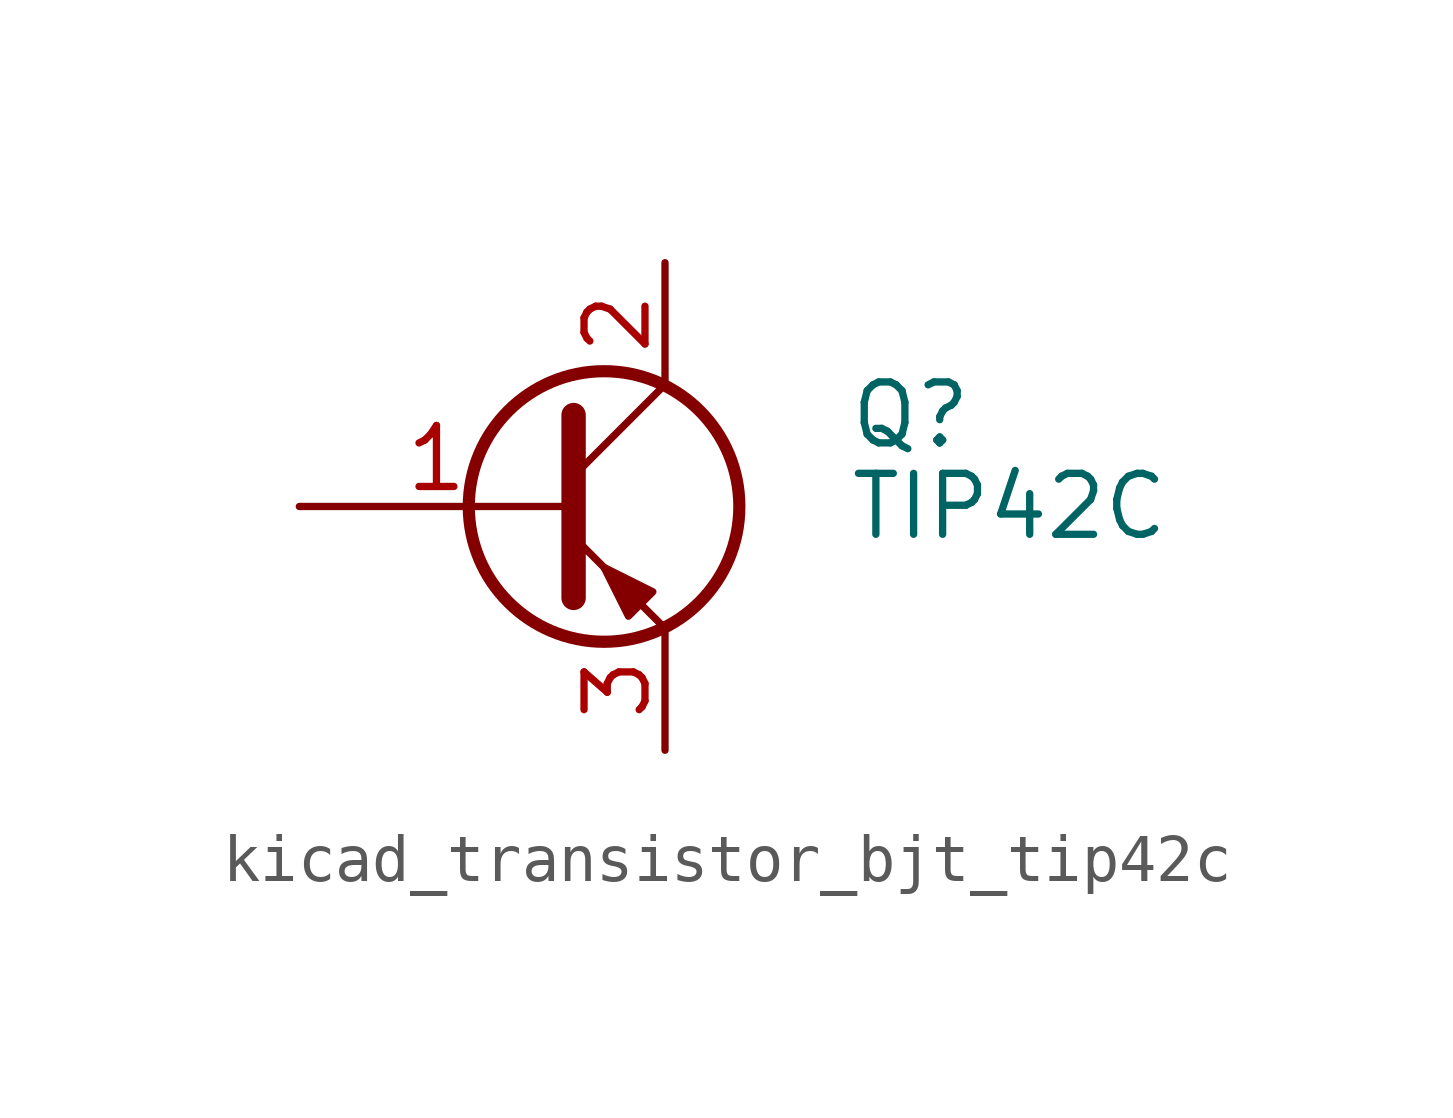
<source format=kicad_sym>
(kicad_symbol_lib
  (version 20220914)
  (generator kicad_symbol_editor)
  (symbol "kicad_transistor_bjt_tip42c"
    (pin_names
      (offset 0) hide)
    (property "Reference" "Q"
      (at 6.35 1.905 0)
      (effects (font (size 1.27 1.27)) (justify left)))
    (property "Value" "TIP42C"
      (at 6.35 0 0)
      (effects (font (size 1.27 1.27)) (justify left)))
    (symbol "kicad_transistor_bjt_tip42c_0_1"
      (polyline (pts (xy 0.635 0.635) (xy 2.54 2.54)) (stroke (width 0) (type default)) (fill (type none)))
      (polyline (pts (xy 0.635 -0.635) (xy 2.54 -2.54) (xy 2.54 -2.54)) (stroke (width 0) (type default)) (fill (type none)))
      (polyline (pts (xy 0.635 1.905) (xy 0.635 -1.905) (xy 0.635 -1.905)) (stroke (width 0.508) (type default)) (fill (type none)))
      (polyline (pts (xy 2.286 -1.778) (xy 1.778 -2.286) (xy 1.27 -1.27) (xy 2.286 -1.778) (xy 2.286 -1.778)) (stroke (width 0) (type default)) (fill (type outline)))
      (circle (center 1.27 0) (radius 2.819) (stroke (width 0.254) (type default)) (fill (type none))))
    (symbol "kicad_transistor_bjt_tip42c_1_1"
      (pin input line (at -5.08 0 0) (length 5.715) (name "B" (effects (font (size 1.27 1.27)))) (number "1" (effects (font (size 1.27 1.27)))))
      (pin passive line (at 2.54 5.08 270) (length 2.54) (name "C" (effects (font (size 1.27 1.27)))) (number "2" (effects (font (size 1.27 1.27)))))
      (pin passive line (at 2.54 -5.08 90) (length 2.54) (name "E" (effects (font (size 1.27 1.27)))) (number "3" (effects (font (size 1.27 1.27))))))))
</source>
